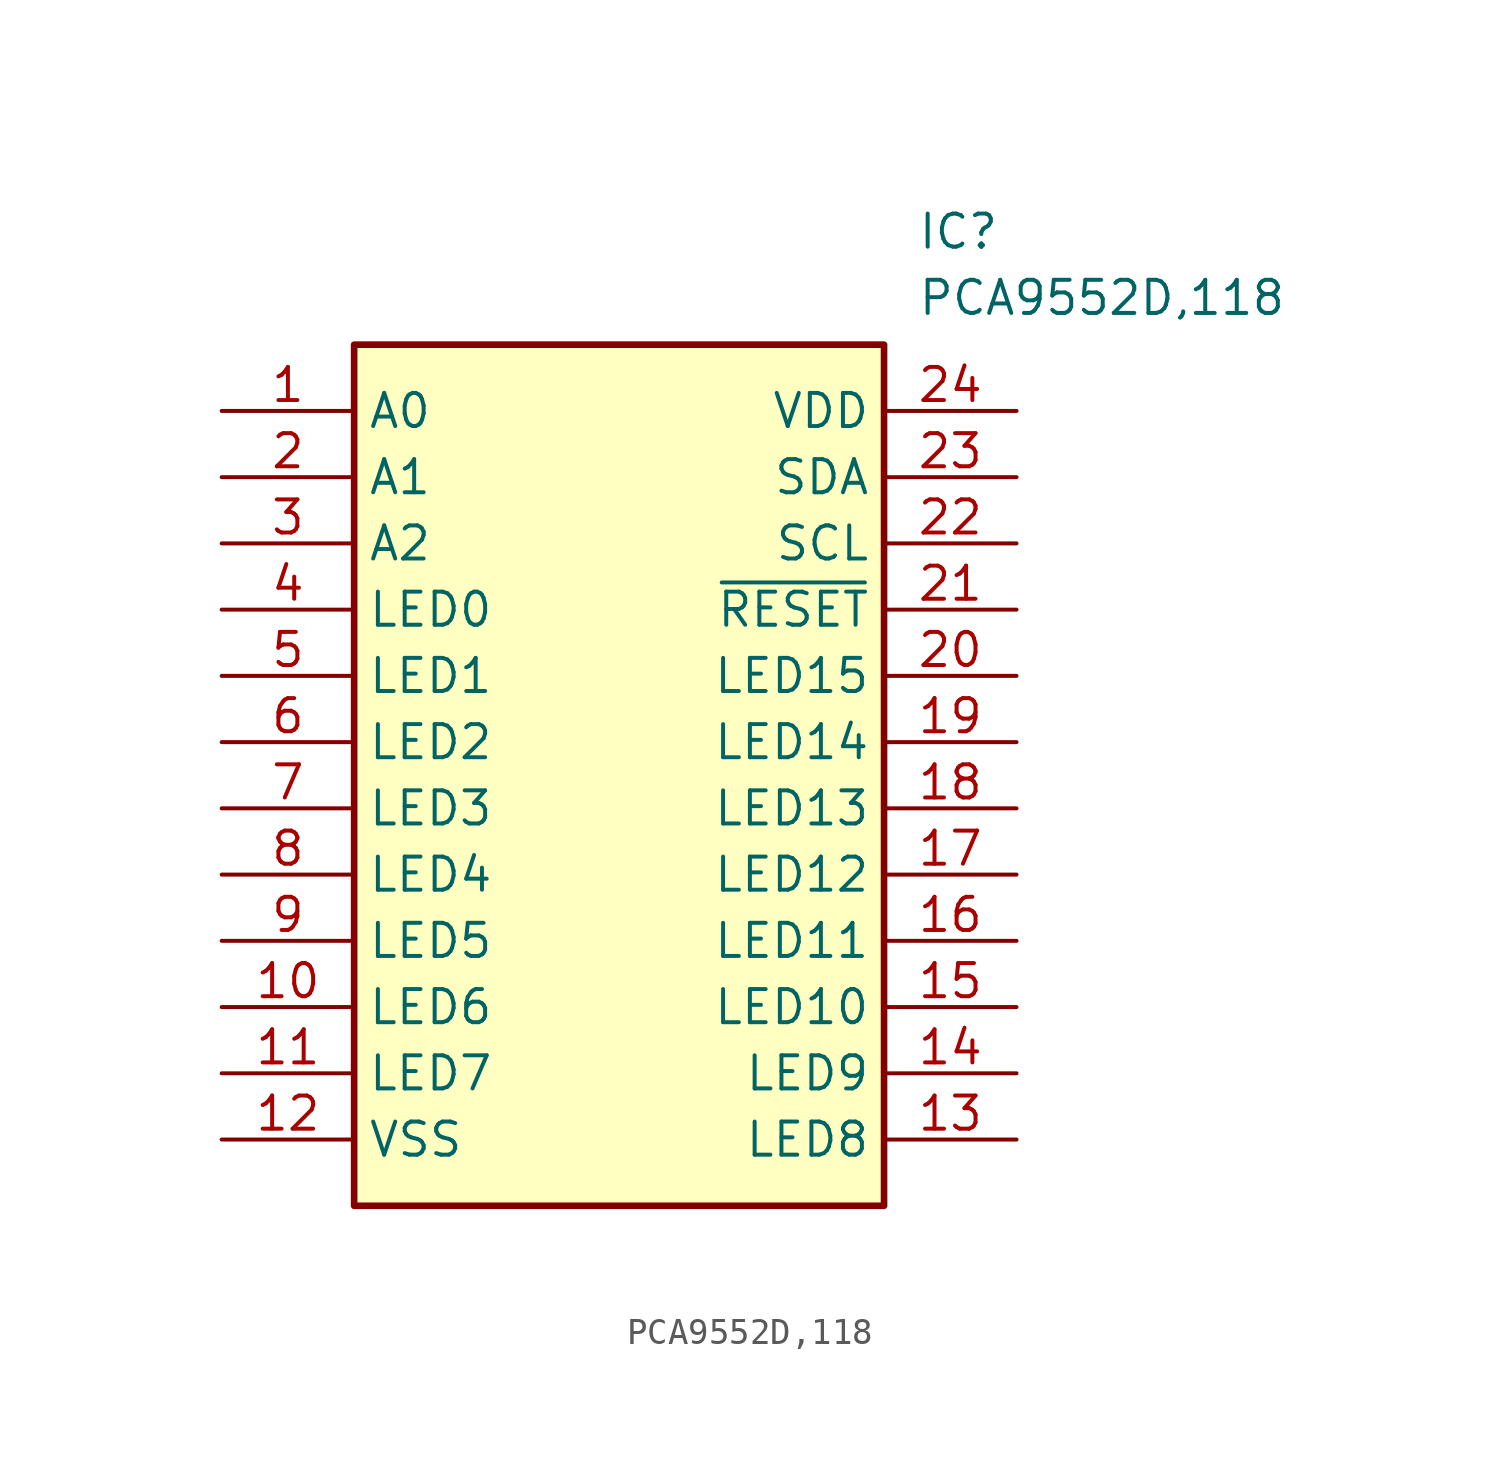
<source format=kicad_sym>
(kicad_symbol_lib
  (version 20220914)
  (generator kicad_symbol_editor)
  (symbol "PCA9552D,118"
    (property "Reference" "IC"
      (at 26.67 7.62 0)
      (effects (font (size 1.27 1.27)) (justify left top)))
    (property "Value" "PCA9552D,118"
      (at 26.67 5.08 0)
      (effects (font (size 1.27 1.27)) (justify left top)))
    (symbol "PCA9552D,118_1_1"
      (rectangle (start 5.08 2.54) (end 25.4 -30.48) (stroke (width 0.254) (type default)) (fill (type background)))
      (pin passive line (at 0 0 0) (length 5.08) (name "A0" (effects (font (size 1.27 1.27)))) (number "1" (effects (font (size 1.27 1.27)))))
      (pin passive line (at 0 -22.86 0) (length 5.08) (name "LED6" (effects (font (size 1.27 1.27)))) (number "10" (effects (font (size 1.27 1.27)))))
      (pin passive line (at 0 -25.4 0) (length 5.08) (name "LED7" (effects (font (size 1.27 1.27)))) (number "11" (effects (font (size 1.27 1.27)))))
      (pin passive line (at 0 -27.94 0) (length 5.08) (name "VSS" (effects (font (size 1.27 1.27)))) (number "12" (effects (font (size 1.27 1.27)))))
      (pin passive line (at 30.48 -27.94 180) (length 5.08) (name "LED8" (effects (font (size 1.27 1.27)))) (number "13" (effects (font (size 1.27 1.27)))))
      (pin passive line (at 30.48 -25.4 180) (length 5.08) (name "LED9" (effects (font (size 1.27 1.27)))) (number "14" (effects (font (size 1.27 1.27)))))
      (pin passive line (at 30.48 -22.86 180) (length 5.08) (name "LED10" (effects (font (size 1.27 1.27)))) (number "15" (effects (font (size 1.27 1.27)))))
      (pin passive line (at 30.48 -20.32 180) (length 5.08) (name "LED11" (effects (font (size 1.27 1.27)))) (number "16" (effects (font (size 1.27 1.27)))))
      (pin passive line (at 30.48 -17.78 180) (length 5.08) (name "LED12" (effects (font (size 1.27 1.27)))) (number "17" (effects (font (size 1.27 1.27)))))
      (pin passive line (at 30.48 -15.24 180) (length 5.08) (name "LED13" (effects (font (size 1.27 1.27)))) (number "18" (effects (font (size 1.27 1.27)))))
      (pin passive line (at 30.48 -12.7 180) (length 5.08) (name "LED14" (effects (font (size 1.27 1.27)))) (number "19" (effects (font (size 1.27 1.27)))))
      (pin passive line (at 0 -2.54 0) (length 5.08) (name "A1" (effects (font (size 1.27 1.27)))) (number "2" (effects (font (size 1.27 1.27)))))
      (pin passive line (at 30.48 -10.16 180) (length 5.08) (name "LED15" (effects (font (size 1.27 1.27)))) (number "20" (effects (font (size 1.27 1.27)))))
      (pin passive line (at 30.48 -7.62 180) (length 5.08) (name "~{RESET}" (effects (font (size 1.27 1.27)))) (number "21" (effects (font (size 1.27 1.27)))))
      (pin passive line (at 30.48 -5.08 180) (length 5.08) (name "SCL" (effects (font (size 1.27 1.27)))) (number "22" (effects (font (size 1.27 1.27)))))
      (pin passive line (at 30.48 -2.54 180) (length 5.08) (name "SDA" (effects (font (size 1.27 1.27)))) (number "23" (effects (font (size 1.27 1.27)))))
      (pin passive line (at 30.48 0 180) (length 5.08) (name "VDD" (effects (font (size 1.27 1.27)))) (number "24" (effects (font (size 1.27 1.27)))))
      (pin passive line (at 0 -5.08 0) (length 5.08) (name "A2" (effects (font (size 1.27 1.27)))) (number "3" (effects (font (size 1.27 1.27)))))
      (pin passive line (at 0 -7.62 0) (length 5.08) (name "LED0" (effects (font (size 1.27 1.27)))) (number "4" (effects (font (size 1.27 1.27)))))
      (pin passive line (at 0 -10.16 0) (length 5.08) (name "LED1" (effects (font (size 1.27 1.27)))) (number "5" (effects (font (size 1.27 1.27)))))
      (pin passive line (at 0 -12.7 0) (length 5.08) (name "LED2" (effects (font (size 1.27 1.27)))) (number "6" (effects (font (size 1.27 1.27)))))
      (pin passive line (at 0 -15.24 0) (length 5.08) (name "LED3" (effects (font (size 1.27 1.27)))) (number "7" (effects (font (size 1.27 1.27)))))
      (pin passive line (at 0 -17.78 0) (length 5.08) (name "LED4" (effects (font (size 1.27 1.27)))) (number "8" (effects (font (size 1.27 1.27)))))
      (pin passive line (at 0 -20.32 0) (length 5.08) (name "LED5" (effects (font (size 1.27 1.27)))) (number "9" (effects (font (size 1.27 1.27))))))))
</source>
